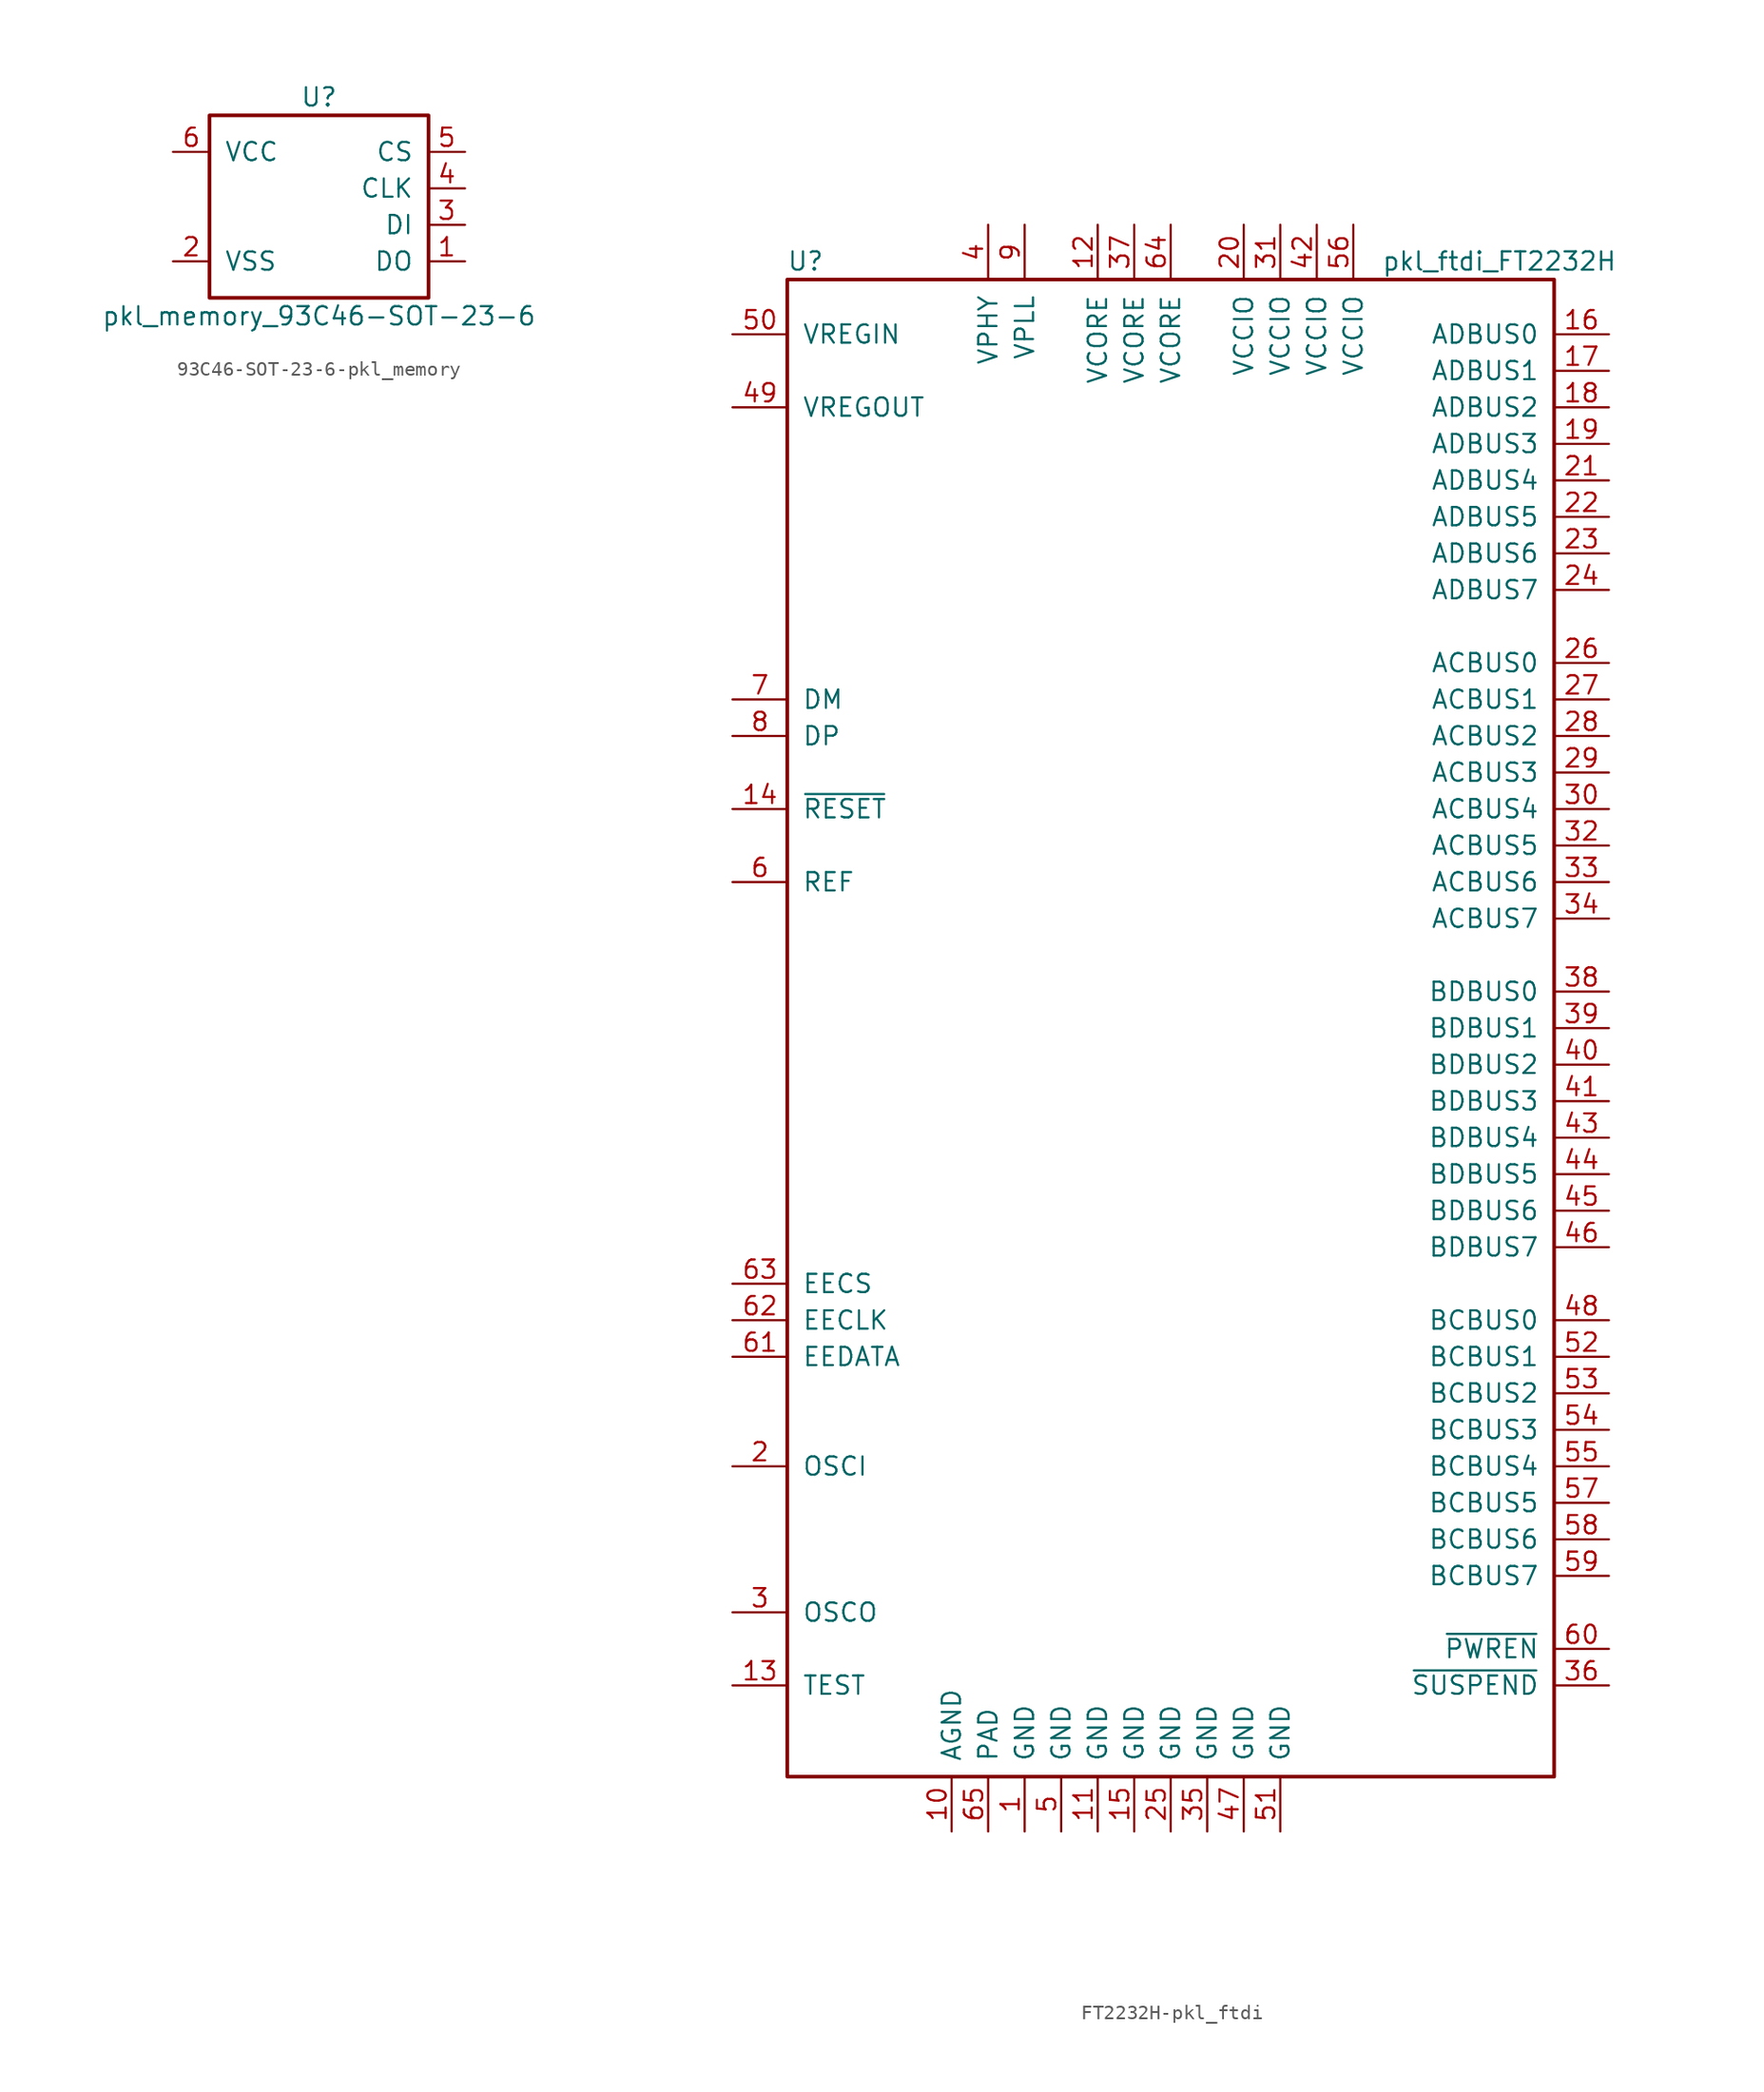
<source format=kicad_sym>
(kicad_symbol_lib
  (version 20231120)
  (generator "kicad_symbol_editor")
  (generator_version "8.0")
  (symbol "93C46-SOT-23-6-pkl_memory"
    (pin_names
      (offset 1.016))
    (property "Reference" "U"
      (at 0 6.35 0)
      (effects (font (size 1.27 1.27))))
    (property "Value" "pkl_memory_93C46-SOT-23-6"
      (at 0 -8.89 0)
      (effects (font (size 1.27 1.27))))
    (symbol "93C46-SOT-23-6-pkl_memory_0_1"
      (rectangle (start -7.62 5.08) (end 7.62 -7.62) (stroke (width 0.254) (type solid)) (fill (type none))))
    (symbol "93C46-SOT-23-6-pkl_memory_1_1"
      (pin passive line (at 10.16 -5.08 180) (length 2.54) (name "DO" (effects (font (size 1.27 1.27)))) (number "1" (effects (font (size 1.27 1.27)))))
      (pin passive line (at -10.16 -5.08 0) (length 2.54) (name "VSS" (effects (font (size 1.27 1.27)))) (number "2" (effects (font (size 1.27 1.27)))))
      (pin passive line (at 10.16 -2.54 180) (length 2.54) (name "DI" (effects (font (size 1.27 1.27)))) (number "3" (effects (font (size 1.27 1.27)))))
      (pin passive line (at 10.16 0 180) (length 2.54) (name "CLK" (effects (font (size 1.27 1.27)))) (number "4" (effects (font (size 1.27 1.27)))))
      (pin passive line (at 10.16 2.54 180) (length 2.54) (name "CS" (effects (font (size 1.27 1.27)))) (number "5" (effects (font (size 1.27 1.27)))))
      (pin passive line (at -10.16 2.54 0) (length 2.54) (name "VCC" (effects (font (size 1.27 1.27)))) (number "6" (effects (font (size 1.27 1.27)))))))
  (symbol "FT2232H-pkl_ftdi"
    (pin_names
      (offset 1.016))
    (property "Reference" "U"
      (at -25.4 53.34 0)
      (effects (font (size 1.27 1.27))))
    (property "Value" "pkl_ftdi_FT2232H"
      (at 22.86 53.34 0)
      (effects (font (size 1.27 1.27))))
    (symbol "FT2232H-pkl_ftdi_1_1"
      (rectangle (start -26.67 -52.07) (end 26.67 52.07) (stroke (width 0.254) (type solid)) (fill (type none)))
      (pin power_in line (at -10.16 -55.88 90) (length 3.81) (name "GND" (effects (font (size 1.27 1.27)))) (number "1" (effects (font (size 1.27 1.27)))))
      (pin power_in line (at -15.24 -55.88 90) (length 3.81) (name "AGND" (effects (font (size 1.27 1.27)))) (number "10" (effects (font (size 1.27 1.27)))))
      (pin power_in line (at -5.08 -55.88 90) (length 3.81) (name "GND" (effects (font (size 1.27 1.27)))) (number "11" (effects (font (size 1.27 1.27)))))
      (pin power_in line (at -5.08 55.88 270) (length 3.81) (name "VCORE" (effects (font (size 1.27 1.27)))) (number "12" (effects (font (size 1.27 1.27)))))
      (pin input line (at -30.48 -45.72 0) (length 3.81) (name "TEST" (effects (font (size 1.27 1.27)))) (number "13" (effects (font (size 1.27 1.27)))))
      (pin input line (at -30.48 15.24 0) (length 3.81) (name "~{RESET}" (effects (font (size 1.27 1.27)))) (number "14" (effects (font (size 1.27 1.27)))))
      (pin power_in line (at -2.54 -55.88 90) (length 3.81) (name "GND" (effects (font (size 1.27 1.27)))) (number "15" (effects (font (size 1.27 1.27)))))
      (pin bidirectional line (at 30.48 48.26 180) (length 3.81) (name "ADBUS0" (effects (font (size 1.27 1.27)))) (number "16" (effects (font (size 1.27 1.27)))))
      (pin bidirectional line (at 30.48 45.72 180) (length 3.81) (name "ADBUS1" (effects (font (size 1.27 1.27)))) (number "17" (effects (font (size 1.27 1.27)))))
      (pin bidirectional line (at 30.48 43.18 180) (length 3.81) (name "ADBUS2" (effects (font (size 1.27 1.27)))) (number "18" (effects (font (size 1.27 1.27)))))
      (pin bidirectional line (at 30.48 40.64 180) (length 3.81) (name "ADBUS3" (effects (font (size 1.27 1.27)))) (number "19" (effects (font (size 1.27 1.27)))))
      (pin input line (at -30.48 -30.48 0) (length 3.81) (name "OSCI" (effects (font (size 1.27 1.27)))) (number "2" (effects (font (size 1.27 1.27)))))
      (pin power_in line (at 5.08 55.88 270) (length 3.81) (name "VCCIO" (effects (font (size 1.27 1.27)))) (number "20" (effects (font (size 1.27 1.27)))))
      (pin bidirectional line (at 30.48 38.1 180) (length 3.81) (name "ADBUS4" (effects (font (size 1.27 1.27)))) (number "21" (effects (font (size 1.27 1.27)))))
      (pin bidirectional line (at 30.48 35.56 180) (length 3.81) (name "ADBUS5" (effects (font (size 1.27 1.27)))) (number "22" (effects (font (size 1.27 1.27)))))
      (pin bidirectional line (at 30.48 33.02 180) (length 3.81) (name "ADBUS6" (effects (font (size 1.27 1.27)))) (number "23" (effects (font (size 1.27 1.27)))))
      (pin bidirectional line (at 30.48 30.48 180) (length 3.81) (name "ADBUS7" (effects (font (size 1.27 1.27)))) (number "24" (effects (font (size 1.27 1.27)))))
      (pin power_in line (at 0 -55.88 90) (length 3.81) (name "GND" (effects (font (size 1.27 1.27)))) (number "25" (effects (font (size 1.27 1.27)))))
      (pin bidirectional line (at 30.48 25.4 180) (length 3.81) (name "ACBUS0" (effects (font (size 1.27 1.27)))) (number "26" (effects (font (size 1.27 1.27)))))
      (pin bidirectional line (at 30.48 22.86 180) (length 3.81) (name "ACBUS1" (effects (font (size 1.27 1.27)))) (number "27" (effects (font (size 1.27 1.27)))))
      (pin bidirectional line (at 30.48 20.32 180) (length 3.81) (name "ACBUS2" (effects (font (size 1.27 1.27)))) (number "28" (effects (font (size 1.27 1.27)))))
      (pin bidirectional line (at 30.48 17.78 180) (length 3.81) (name "ACBUS3" (effects (font (size 1.27 1.27)))) (number "29" (effects (font (size 1.27 1.27)))))
      (pin output line (at -30.48 -40.64 0) (length 3.81) (name "OSCO" (effects (font (size 1.27 1.27)))) (number "3" (effects (font (size 1.27 1.27)))))
      (pin bidirectional line (at 30.48 15.24 180) (length 3.81) (name "ACBUS4" (effects (font (size 1.27 1.27)))) (number "30" (effects (font (size 1.27 1.27)))))
      (pin power_in line (at 7.62 55.88 270) (length 3.81) (name "VCCIO" (effects (font (size 1.27 1.27)))) (number "31" (effects (font (size 1.27 1.27)))))
      (pin bidirectional line (at 30.48 12.7 180) (length 3.81) (name "ACBUS5" (effects (font (size 1.27 1.27)))) (number "32" (effects (font (size 1.27 1.27)))))
      (pin bidirectional line (at 30.48 10.16 180) (length 3.81) (name "ACBUS6" (effects (font (size 1.27 1.27)))) (number "33" (effects (font (size 1.27 1.27)))))
      (pin bidirectional line (at 30.48 7.62 180) (length 3.81) (name "ACBUS7" (effects (font (size 1.27 1.27)))) (number "34" (effects (font (size 1.27 1.27)))))
      (pin power_in line (at 2.54 -55.88 90) (length 3.81) (name "GND" (effects (font (size 1.27 1.27)))) (number "35" (effects (font (size 1.27 1.27)))))
      (pin output line (at 30.48 -45.72 180) (length 3.81) (name "~{SUSPEND}" (effects (font (size 1.27 1.27)))) (number "36" (effects (font (size 1.27 1.27)))))
      (pin power_in line (at -2.54 55.88 270) (length 3.81) (name "VCORE" (effects (font (size 1.27 1.27)))) (number "37" (effects (font (size 1.27 1.27)))))
      (pin bidirectional line (at 30.48 2.54 180) (length 3.81) (name "BDBUS0" (effects (font (size 1.27 1.27)))) (number "38" (effects (font (size 1.27 1.27)))))
      (pin bidirectional line (at 30.48 0 180) (length 3.81) (name "BDBUS1" (effects (font (size 1.27 1.27)))) (number "39" (effects (font (size 1.27 1.27)))))
      (pin power_in line (at -12.7 55.88 270) (length 3.81) (name "VPHY" (effects (font (size 1.27 1.27)))) (number "4" (effects (font (size 1.27 1.27)))))
      (pin bidirectional line (at 30.48 -2.54 180) (length 3.81) (name "BDBUS2" (effects (font (size 1.27 1.27)))) (number "40" (effects (font (size 1.27 1.27)))))
      (pin bidirectional line (at 30.48 -5.08 180) (length 3.81) (name "BDBUS3" (effects (font (size 1.27 1.27)))) (number "41" (effects (font (size 1.27 1.27)))))
      (pin power_in line (at 10.16 55.88 270) (length 3.81) (name "VCCIO" (effects (font (size 1.27 1.27)))) (number "42" (effects (font (size 1.27 1.27)))))
      (pin bidirectional line (at 30.48 -7.62 180) (length 3.81) (name "BDBUS4" (effects (font (size 1.27 1.27)))) (number "43" (effects (font (size 1.27 1.27)))))
      (pin bidirectional line (at 30.48 -10.16 180) (length 3.81) (name "BDBUS5" (effects (font (size 1.27 1.27)))) (number "44" (effects (font (size 1.27 1.27)))))
      (pin bidirectional line (at 30.48 -12.7 180) (length 3.81) (name "BDBUS6" (effects (font (size 1.27 1.27)))) (number "45" (effects (font (size 1.27 1.27)))))
      (pin bidirectional line (at 30.48 -15.24 180) (length 3.81) (name "BDBUS7" (effects (font (size 1.27 1.27)))) (number "46" (effects (font (size 1.27 1.27)))))
      (pin power_in line (at 5.08 -55.88 90) (length 3.81) (name "GND" (effects (font (size 1.27 1.27)))) (number "47" (effects (font (size 1.27 1.27)))))
      (pin bidirectional line (at 30.48 -20.32 180) (length 3.81) (name "BCBUS0" (effects (font (size 1.27 1.27)))) (number "48" (effects (font (size 1.27 1.27)))))
      (pin power_out line (at -30.48 43.18 0) (length 3.81) (name "VREGOUT" (effects (font (size 1.27 1.27)))) (number "49" (effects (font (size 1.27 1.27)))))
      (pin power_in line (at -7.62 -55.88 90) (length 3.81) (name "GND" (effects (font (size 1.27 1.27)))) (number "5" (effects (font (size 1.27 1.27)))))
      (pin power_in line (at -30.48 48.26 0) (length 3.81) (name "VREGIN" (effects (font (size 1.27 1.27)))) (number "50" (effects (font (size 1.27 1.27)))))
      (pin power_in line (at 7.62 -55.88 90) (length 3.81) (name "GND" (effects (font (size 1.27 1.27)))) (number "51" (effects (font (size 1.27 1.27)))))
      (pin bidirectional line (at 30.48 -22.86 180) (length 3.81) (name "BCBUS1" (effects (font (size 1.27 1.27)))) (number "52" (effects (font (size 1.27 1.27)))))
      (pin bidirectional line (at 30.48 -25.4 180) (length 3.81) (name "BCBUS2" (effects (font (size 1.27 1.27)))) (number "53" (effects (font (size 1.27 1.27)))))
      (pin bidirectional line (at 30.48 -27.94 180) (length 3.81) (name "BCBUS3" (effects (font (size 1.27 1.27)))) (number "54" (effects (font (size 1.27 1.27)))))
      (pin bidirectional line (at 30.48 -30.48 180) (length 3.81) (name "BCBUS4" (effects (font (size 1.27 1.27)))) (number "55" (effects (font (size 1.27 1.27)))))
      (pin power_in line (at 12.7 55.88 270) (length 3.81) (name "VCCIO" (effects (font (size 1.27 1.27)))) (number "56" (effects (font (size 1.27 1.27)))))
      (pin bidirectional line (at 30.48 -33.02 180) (length 3.81) (name "BCBUS5" (effects (font (size 1.27 1.27)))) (number "57" (effects (font (size 1.27 1.27)))))
      (pin bidirectional line (at 30.48 -35.56 180) (length 3.81) (name "BCBUS6" (effects (font (size 1.27 1.27)))) (number "58" (effects (font (size 1.27 1.27)))))
      (pin bidirectional line (at 30.48 -38.1 180) (length 3.81) (name "BCBUS7" (effects (font (size 1.27 1.27)))) (number "59" (effects (font (size 1.27 1.27)))))
      (pin output line (at -30.48 10.16 0) (length 3.81) (name "REF" (effects (font (size 1.27 1.27)))) (number "6" (effects (font (size 1.27 1.27)))))
      (pin output line (at 30.48 -43.18 180) (length 3.81) (name "~{PWREN}" (effects (font (size 1.27 1.27)))) (number "60" (effects (font (size 1.27 1.27)))))
      (pin bidirectional line (at -30.48 -22.86 0) (length 3.81) (name "EEDATA" (effects (font (size 1.27 1.27)))) (number "61" (effects (font (size 1.27 1.27)))))
      (pin output line (at -30.48 -20.32 0) (length 3.81) (name "EECLK" (effects (font (size 1.27 1.27)))) (number "62" (effects (font (size 1.27 1.27)))))
      (pin output line (at -30.48 -17.78 0) (length 3.81) (name "EECS" (effects (font (size 1.27 1.27)))) (number "63" (effects (font (size 1.27 1.27)))))
      (pin power_in line (at 0 55.88 270) (length 3.81) (name "VCORE" (effects (font (size 1.27 1.27)))) (number "64" (effects (font (size 1.27 1.27)))))
      (pin passive line (at -12.7 -55.88 90) (length 3.81) (name "PAD" (effects (font (size 1.27 1.27)))) (number "65" (effects (font (size 1.27 1.27)))))
      (pin bidirectional line (at -30.48 22.86 0) (length 3.81) (name "DM" (effects (font (size 1.27 1.27)))) (number "7" (effects (font (size 1.27 1.27)))))
      (pin bidirectional line (at -30.48 20.32 0) (length 3.81) (name "DP" (effects (font (size 1.27 1.27)))) (number "8" (effects (font (size 1.27 1.27)))))
      (pin input line (at -10.16 55.88 270) (length 3.81) (name "VPLL" (effects (font (size 1.27 1.27)))) (number "9" (effects (font (size 1.27 1.27))))))))
</source>
